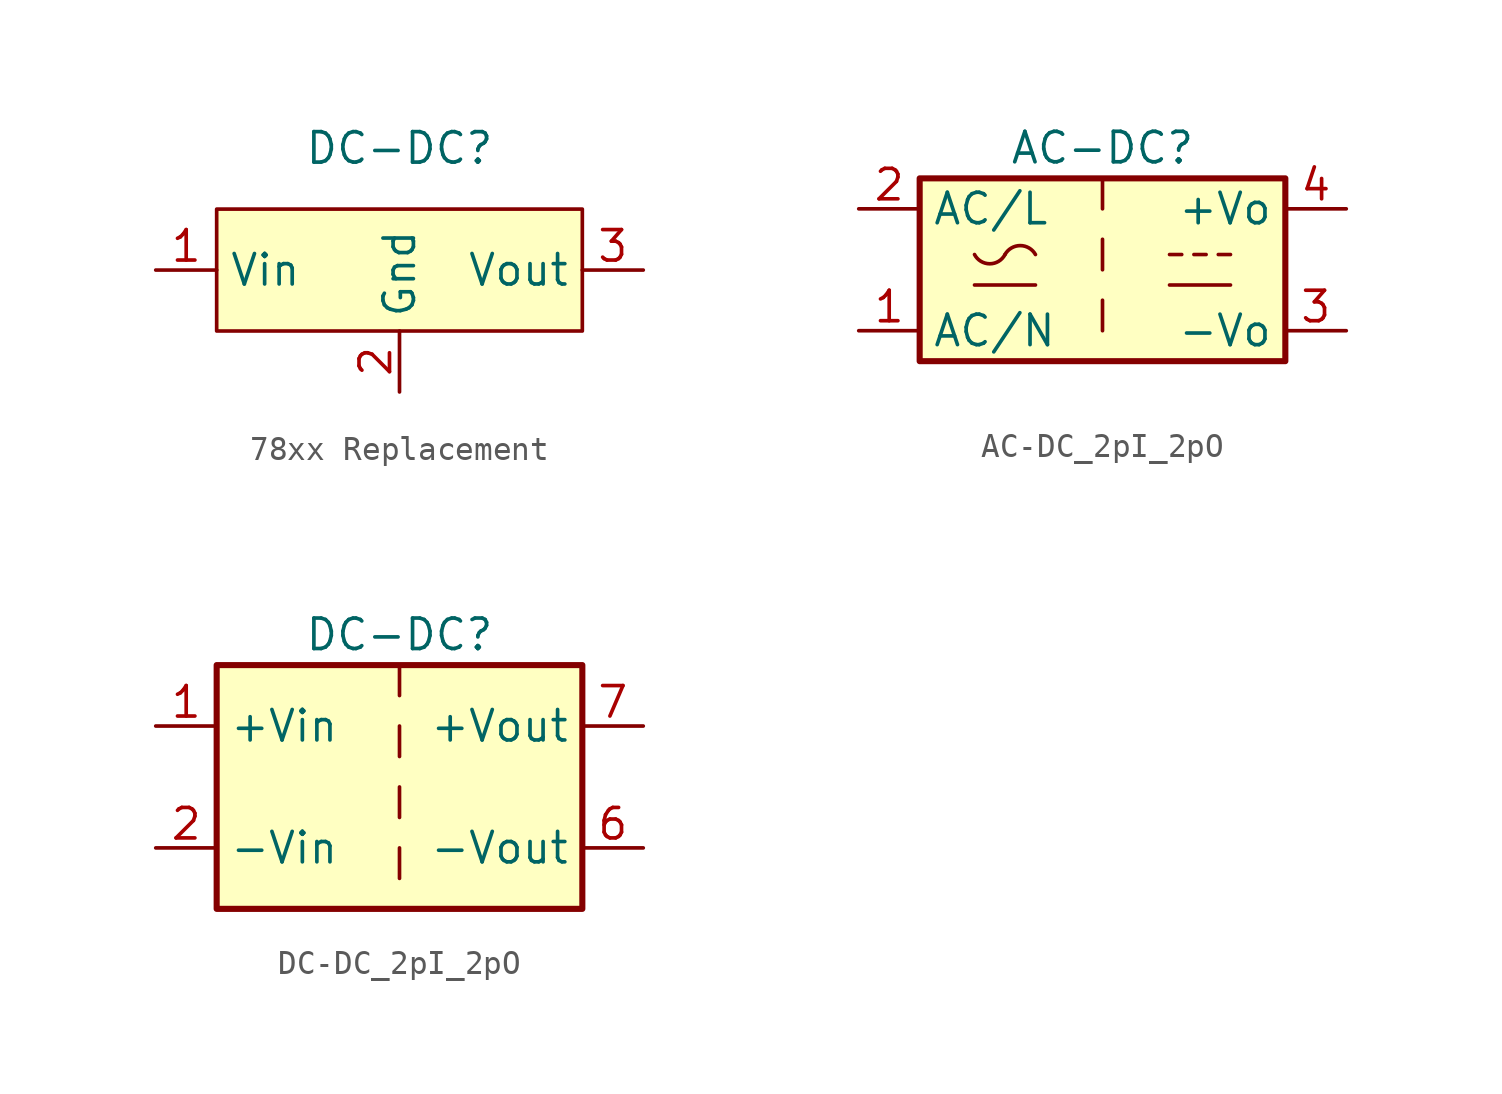
<source format=kicad_sym>
(kicad_symbol_lib
  (version 20220914)
  (generator kicad_symbol_editor)
  (symbol "78xx Replacement"
    (property "Reference" "DC-DC"
      (at 0 5.08 0)
      (effects (font (size 1.27 1.27))))
    (property "Value" ""
      (at 0 0 0)
      (effects (font (size 1.27 1.27))))
    (symbol "78xx Replacement_1_1"
      (rectangle (start -7.62 2.54) (end 7.62 -2.54) (stroke (width 0) (type default)) (fill (type background)))
      (pin input line (at -10.16 0 0) (length 2.54) (name "Vin" (effects (font (size 1.27 1.27)))) (number "1" (effects (font (size 1.27 1.27)))))
      (pin input line (at 0 -5.08 90) (length 2.54) (name "Gnd" (effects (font (size 1.27 1.27)))) (number "2" (effects (font (size 1.27 1.27)))))
      (pin input line (at 10.16 0 180) (length 2.54) (name "Vout" (effects (font (size 1.27 1.27)))) (number "3" (effects (font (size 1.27 1.27)))))))
  (symbol "AC-DC_2pI_2pO"
    (property "Reference" "AC-DC"
      (at 0 5.08 0)
      (effects (font (size 1.27 1.27))))
    (property "Value" ""
      (at 0 -5.08 0)
      (effects (font (size 1.27 1.27))))
    (symbol "AC-DC_2pI_2pO_0_1"
      (rectangle (start -7.62 3.81) (end 7.62 -3.81) (stroke (width 0.254) (type default)) (fill (type background)))
      (arc (start -5.334 0.635) (mid -4.699 0.2495) (end -4.064 0.635) (stroke (width 0) (type default)) (fill (type none)))
      (arc (start -2.794 0.635) (mid -3.429 1.0072) (end -4.064 0.635) (stroke (width 0) (type default)) (fill (type none)))
      (polyline (pts (xy -5.334 -0.635) (xy -2.794 -0.635)) (stroke (width 0) (type default)) (fill (type none)))
      (polyline (pts (xy 2.794 -0.635) (xy 5.334 -0.635)) (stroke (width 0) (type default)) (fill (type none)))
      (polyline (pts (xy 2.794 0.635) (xy 3.302 0.635)) (stroke (width 0) (type default)) (fill (type none)))
      (polyline (pts (xy 3.81 0.635) (xy 4.318 0.635)) (stroke (width 0) (type default)) (fill (type none)))
      (polyline (pts (xy 4.826 0.635) (xy 5.334 0.635)) (stroke (width 0) (type default)) (fill (type none))))
    (symbol "AC-DC_2pI_2pO_1_1"
      (polyline (pts (xy 0 -1.27) (xy 0 -2.54)) (stroke (width 0) (type default)) (fill (type none)))
      (polyline (pts (xy 0 1.27) (xy 0 0)) (stroke (width 0) (type default)) (fill (type none)))
      (polyline (pts (xy 0 3.81) (xy 0 2.54)) (stroke (width 0) (type default)) (fill (type none)))
      (pin power_in line (at -10.16 -2.54 0) (length 2.54) (name "AC/N" (effects (font (size 1.27 1.27)))) (number "1" (effects (font (size 1.27 1.27)))))
      (pin power_in line (at -10.16 2.54 0) (length 2.54) (name "AC/L" (effects (font (size 1.27 1.27)))) (number "2" (effects (font (size 1.27 1.27)))))
      (pin power_out line (at 10.16 -2.54 180) (length 2.54) (name "-Vo" (effects (font (size 1.27 1.27)))) (number "3" (effects (font (size 1.27 1.27)))))
      (pin power_out line (at 10.16 2.54 180) (length 2.54) (name "+Vo" (effects (font (size 1.27 1.27)))) (number "4" (effects (font (size 1.27 1.27)))))))
  (symbol "DC-DC_2pI_2pO"
    (property "Reference" "DC-DC"
      (at 0 6.35 0)
      (effects (font (size 1.27 1.27))))
    (property "Value" ""
      (at 2.54 6.35 0)
      (effects (font (size 1.27 1.27))))
    (symbol "DC-DC_2pI_2pO_0_1"
      (rectangle (start -7.62 5.08) (end 7.62 -5.08) (stroke (width 0.254) (type default)) (fill (type background)))
      (polyline (pts (xy 0 -2.54) (xy 0 -3.81)) (stroke (width 0) (type default)) (fill (type none)))
      (polyline (pts (xy 0 0) (xy 0 -1.27)) (stroke (width 0) (type default)) (fill (type none)))
      (polyline (pts (xy 0 2.54) (xy 0 1.27)) (stroke (width 0) (type default)) (fill (type none)))
      (polyline (pts (xy 0 5.08) (xy 0 3.81)) (stroke (width 0) (type default)) (fill (type none))))
    (symbol "DC-DC_2pI_2pO_1_1"
      (pin power_in line (at -10.16 2.54 0) (length 2.54) (name "+Vin" (effects (font (size 1.27 1.27)))) (number "1" (effects (font (size 1.27 1.27)))))
      (pin power_in line (at -10.16 -2.54 0) (length 2.54) (name "-Vin" (effects (font (size 1.27 1.27)))) (number "2" (effects (font (size 1.27 1.27)))))
      (pin power_out line (at 10.16 -2.54 180) (length 2.54) (name "-Vout" (effects (font (size 1.27 1.27)))) (number "6" (effects (font (size 1.27 1.27)))))
      (pin power_out line (at 10.16 2.54 180) (length 2.54) (name "+Vout" (effects (font (size 1.27 1.27)))) (number "7" (effects (font (size 1.27 1.27))))))))
</source>
